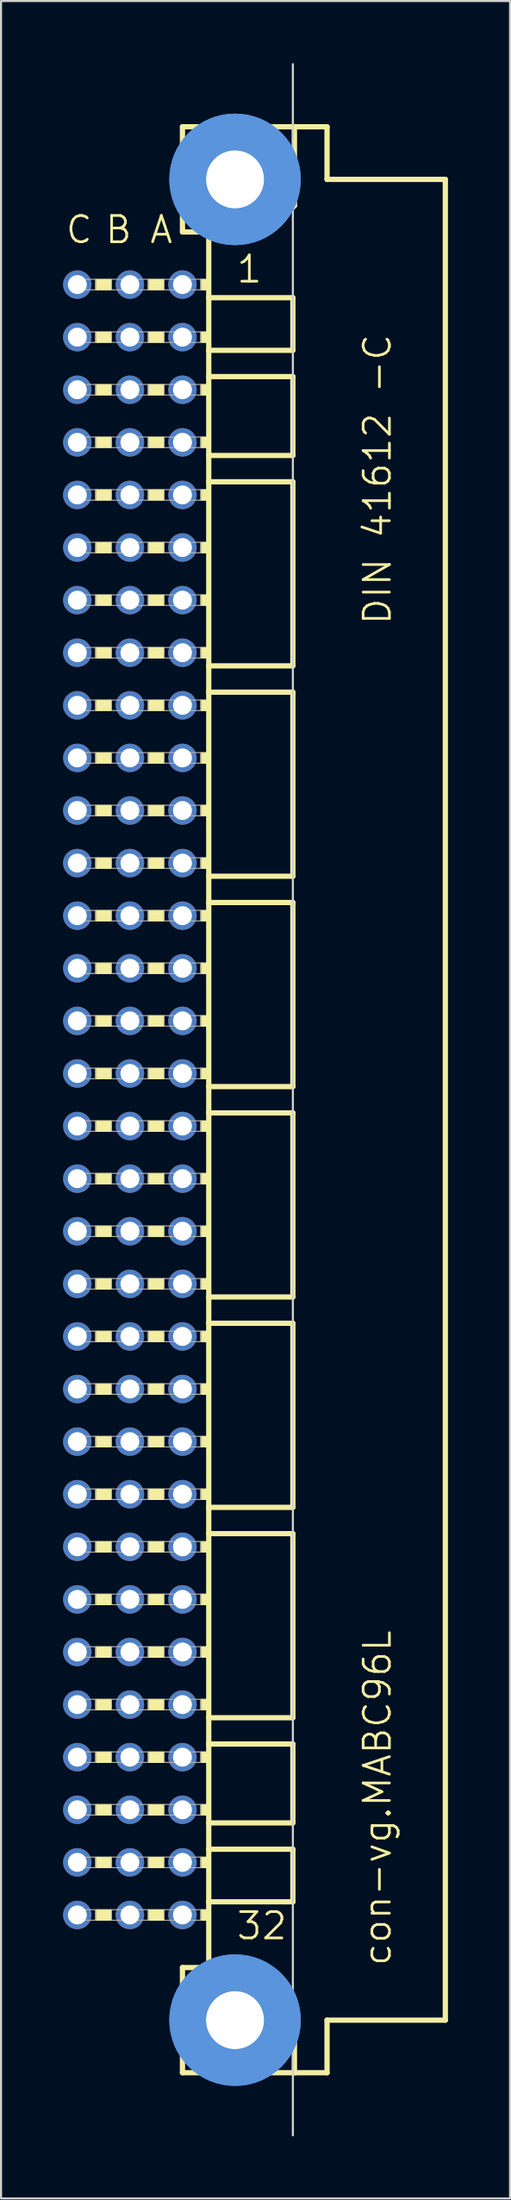
<source format=kicad_pcb>
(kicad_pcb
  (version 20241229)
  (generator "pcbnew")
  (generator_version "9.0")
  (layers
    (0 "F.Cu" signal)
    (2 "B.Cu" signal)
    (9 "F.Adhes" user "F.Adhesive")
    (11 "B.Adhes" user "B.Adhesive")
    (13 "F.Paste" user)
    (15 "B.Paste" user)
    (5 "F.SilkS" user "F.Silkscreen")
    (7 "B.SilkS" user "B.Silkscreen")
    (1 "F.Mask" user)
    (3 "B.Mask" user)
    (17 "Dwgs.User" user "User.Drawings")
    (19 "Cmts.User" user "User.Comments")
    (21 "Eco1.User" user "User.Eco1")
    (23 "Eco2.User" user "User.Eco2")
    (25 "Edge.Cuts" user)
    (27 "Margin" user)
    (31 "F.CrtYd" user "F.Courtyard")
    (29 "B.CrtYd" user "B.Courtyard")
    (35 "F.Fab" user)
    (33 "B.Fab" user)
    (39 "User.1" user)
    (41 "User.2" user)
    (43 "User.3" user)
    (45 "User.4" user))
  (footprint "con-vg.MABC96L"
    (layer "F.Cu")
    (at 8.306 50.063)
    (property "Reference" "con-vg.MABC96L" (at 7.62 41.91 90) (layer "F.SilkS") (effects (font (size 1.27 1.27) (thickness 0.13)) (justify left bottom)))
    (attr through_hole)
    (fp_line (start -2.54 -46.99) (end -2.54 -41.91) (stroke (width 0.254) (type default)) (layer "F.SilkS"))
    (fp_line (start -2.54 -41.91) (end -1.27 -41.91) (stroke (width 0.254) (type default)) (layer "F.SilkS"))
    (fp_line (start -2.54 41.91) (end -2.54 46.99) (stroke (width 0.254) (type default)) (layer "F.SilkS"))
    (fp_line (start -2.54 41.91) (end -1.27 41.91) (stroke (width 0.254) (type default)) (layer "F.SilkS"))
    (fp_line (start -2.54 46.99) (end 2.87 46.99) (stroke (width 0.254) (type default)) (layer "F.SilkS"))
    (fp_line (start -1.27 -41.91) (end -1.27 -38.735) (stroke (width 0.254) (type default)) (layer "F.SilkS"))
    (fp_line (start -1.27 -41.91) (end 1.6 -41.91) (stroke (width 0.254) (type default)) (layer "F.SilkS"))
    (fp_line (start -1.27 -38.735) (end -1.27 -36.195) (stroke (width 0.254) (type default)) (layer "F.SilkS"))
    (fp_line (start -1.27 -36.195) (end -1.27 -34.925) (stroke (width 0.254) (type default)) (layer "F.SilkS"))
    (fp_line (start -1.27 -34.925) (end -1.27 -31.115) (stroke (width 0.254) (type default)) (layer "F.SilkS"))
    (fp_line (start -1.27 -31.115) (end -1.27 -29.845) (stroke (width 0.254) (type default)) (layer "F.SilkS"))
    (fp_line (start -1.27 -29.845) (end -1.27 -20.955) (stroke (width 0.254) (type default)) (layer "F.SilkS"))
    (fp_line (start -1.27 -20.955) (end -1.27 -19.685) (stroke (width 0.254) (type default)) (layer "F.SilkS"))
    (fp_line (start -1.27 -19.685) (end -1.27 -10.795) (stroke (width 0.254) (type default)) (layer "F.SilkS"))
    (fp_line (start -1.27 -10.795) (end -1.27 -9.525) (stroke (width 0.254) (type default)) (layer "F.SilkS"))
    (fp_line (start -1.27 -9.525) (end -1.27 -0.635) (stroke (width 0.254) (type default)) (layer "F.SilkS"))
    (fp_line (start -1.27 -0.635) (end -1.27 0.635) (stroke (width 0.254) (type default)) (layer "F.SilkS"))
    (fp_line (start -1.27 0.635) (end -1.27 9.525) (stroke (width 0.254) (type default)) (layer "F.SilkS"))
    (fp_line (start -1.27 9.525) (end -1.27 10.795) (stroke (width 0.254) (type default)) (layer "F.SilkS"))
    (fp_line (start -1.27 10.795) (end -1.27 19.685) (stroke (width 0.254) (type default)) (layer "F.SilkS"))
    (fp_line (start -1.27 19.685) (end -1.27 20.955) (stroke (width 0.254) (type default)) (layer "F.SilkS"))
    (fp_line (start -1.27 20.955) (end -1.27 29.845) (stroke (width 0.254) (type default)) (layer "F.SilkS"))
    (fp_line (start -1.27 29.845) (end -1.27 31.115) (stroke (width 0.254) (type default)) (layer "F.SilkS"))
    (fp_line (start -1.27 31.115) (end -1.27 34.925) (stroke (width 0.254) (type default)) (layer "F.SilkS"))
    (fp_line (start -1.27 34.925) (end -1.27 36.195) (stroke (width 0.254) (type default)) (layer "F.SilkS"))
    (fp_line (start -1.27 36.195) (end -1.27 38.735) (stroke (width 0.254) (type default)) (layer "F.SilkS"))
    (fp_line (start -1.27 38.735) (end -1.27 41.91) (stroke (width 0.254) (type default)) (layer "F.SilkS"))
    (fp_line (start -1.27 41.91) (end 1.27 41.91) (stroke (width 0.254) (type default)) (layer "F.SilkS"))
    (fp_line (start 1.6 -41.91) (end 2.87 -43.18) (stroke (width 0.254) (type default)) (layer "F.SilkS"))
    (fp_line (start 2.794 -38.735) (end -1.27 -38.735) (stroke (width 0.254) (type default)) (layer "F.SilkS"))
    (fp_line (start 2.794 -38.735) (end 2.794 -36.195) (stroke (width 0.254) (type default)) (layer "F.SilkS"))
    (fp_line (start 2.794 -36.195) (end -1.27 -36.195) (stroke (width 0.254) (type default)) (layer "F.SilkS"))
    (fp_line (start 2.794 -34.925) (end -1.27 -34.925) (stroke (width 0.254) (type default)) (layer "F.SilkS"))
    (fp_line (start 2.794 -34.925) (end 2.794 -31.115) (stroke (width 0.254) (type default)) (layer "F.SilkS"))
    (fp_line (start 2.794 -31.115) (end -1.27 -31.115) (stroke (width 0.254) (type default)) (layer "F.SilkS"))
    (fp_line (start 2.794 -29.845) (end -1.27 -29.845) (stroke (width 0.254) (type default)) (layer "F.SilkS"))
    (fp_line (start 2.794 -29.845) (end 2.794 -20.955) (stroke (width 0.254) (type default)) (layer "F.SilkS"))
    (fp_line (start 2.794 -20.955) (end -1.27 -20.955) (stroke (width 0.254) (type default)) (layer "F.SilkS"))
    (fp_line (start 2.794 -19.685) (end -1.27 -19.685) (stroke (width 0.254) (type default)) (layer "F.SilkS"))
    (fp_line (start 2.794 -19.685) (end 2.794 -10.795) (stroke (width 0.254) (type default)) (layer "F.SilkS"))
    (fp_line (start 2.794 -10.795) (end -1.27 -10.795) (stroke (width 0.254) (type default)) (layer "F.SilkS"))
    (fp_line (start 2.794 -9.525) (end -1.27 -9.525) (stroke (width 0.254) (type default)) (layer "F.SilkS"))
    (fp_line (start 2.794 -9.525) (end 2.794 -0.635) (stroke (width 0.254) (type default)) (layer "F.SilkS"))
    (fp_line (start 2.794 -0.635) (end -1.27 -0.635) (stroke (width 0.254) (type default)) (layer "F.SilkS"))
    (fp_line (start 2.794 0.635) (end -1.27 0.635) (stroke (width 0.254) (type default)) (layer "F.SilkS"))
    (fp_line (start 2.794 0.635) (end 2.794 9.525) (stroke (width 0.254) (type default)) (layer "F.SilkS"))
    (fp_line (start 2.794 9.525) (end -1.27 9.525) (stroke (width 0.254) (type default)) (layer "F.SilkS"))
    (fp_line (start 2.794 10.795) (end -1.27 10.795) (stroke (width 0.254) (type default)) (layer "F.SilkS"))
    (fp_line (start 2.794 10.795) (end 2.794 19.685) (stroke (width 0.254) (type default)) (layer "F.SilkS"))
    (fp_line (start 2.794 19.685) (end -1.27 19.685) (stroke (width 0.254) (type default)) (layer "F.SilkS"))
    (fp_line (start 2.794 20.955) (end -1.27 20.955) (stroke (width 0.254) (type default)) (layer "F.SilkS"))
    (fp_line (start 2.794 20.955) (end 2.794 29.845) (stroke (width 0.254) (type default)) (layer "F.SilkS"))
    (fp_line (start 2.794 29.845) (end -1.27 29.845) (stroke (width 0.254) (type default)) (layer "F.SilkS"))
    (fp_line (start 2.794 31.115) (end -1.27 31.115) (stroke (width 0.254) (type default)) (layer "F.SilkS"))
    (fp_line (start 2.794 31.115) (end 2.794 34.925) (stroke (width 0.254) (type default)) (layer "F.SilkS"))
    (fp_line (start 2.794 34.925) (end -1.27 34.925) (stroke (width 0.254) (type default)) (layer "F.SilkS"))
    (fp_line (start 2.794 36.195) (end -1.27 36.195) (stroke (width 0.254) (type default)) (layer "F.SilkS"))
    (fp_line (start 2.794 36.195) (end 2.794 38.735) (stroke (width 0.254) (type default)) (layer "F.SilkS"))
    (fp_line (start 2.794 38.735) (end -1.27 38.735) (stroke (width 0.254) (type default)) (layer "F.SilkS"))
    (fp_line (start 2.87 -46.99) (end -2.54 -46.99) (stroke (width 0.254) (type default)) (layer "F.SilkS"))
    (fp_line (start 2.87 -43.18) (end 2.87 -46.99) (stroke (width 0.254) (type default)) (layer "F.SilkS"))
    (fp_line (start 2.87 43.51) (end 1.27 41.91) (stroke (width 0.254) (type default)) (layer "F.SilkS"))
    (fp_line (start 2.87 43.51) (end 2.87 46.99) (stroke (width 0.254) (type default)) (layer "F.SilkS"))
    (fp_line (start 2.87 46.99) (end 4.445 46.99) (stroke (width 0.254) (type default)) (layer "F.SilkS"))
    (fp_line (start 4.445 -46.99) (end 2.87 -46.99) (stroke (width 0.254) (type default)) (layer "F.SilkS"))
    (fp_line (start 4.445 -44.45) (end 4.445 -46.99) (stroke (width 0.254) (type default)) (layer "F.SilkS"))
    (fp_line (start 4.445 44.45) (end 10.16 44.45) (stroke (width 0.254) (type default)) (layer "F.SilkS"))
    (fp_line (start 4.445 46.99) (end 4.445 44.45) (stroke (width 0.254) (type default)) (layer "F.SilkS"))
    (fp_line (start 10.16 -44.45) (end 4.445 -44.45) (stroke (width 0.254) (type default)) (layer "F.SilkS"))
    (fp_line (start 10.16 44.45) (end 10.16 -44.45) (stroke (width 0.254) (type default)) (layer "F.SilkS"))
    (fp_rect (start -6.731 -39.116) (end -5.969 -39.624) (stroke (width 0.05) (type default)) (fill yes) (layer "F.SilkS"))
    (fp_rect (start -6.731 -36.576) (end -5.969 -37.084) (stroke (width 0.05) (type default)) (fill yes) (layer "F.SilkS"))
    (fp_rect (start -6.731 -34.036) (end -5.969 -34.544) (stroke (width 0.05) (type default)) (fill yes) (layer "F.SilkS"))
    (fp_rect (start -6.731 -31.496) (end -5.969 -32.004) (stroke (width 0.05) (type default)) (fill yes) (layer "F.SilkS"))
    (fp_rect (start -6.731 -28.956) (end -5.969 -29.464) (stroke (width 0.05) (type default)) (fill yes) (layer "F.SilkS"))
    (fp_rect (start -6.731 -26.416) (end -5.969 -26.924) (stroke (width 0.05) (type default)) (fill yes) (layer "F.SilkS"))
    (fp_rect (start -6.731 -23.876) (end -5.969 -24.384) (stroke (width 0.05) (type default)) (fill yes) (layer "F.SilkS"))
    (fp_rect (start -6.731 -21.336) (end -5.969 -21.844) (stroke (width 0.05) (type default)) (fill yes) (layer "F.SilkS"))
    (fp_rect (start -6.731 -18.796) (end -5.969 -19.304) (stroke (width 0.05) (type default)) (fill yes) (layer "F.SilkS"))
    (fp_rect (start -6.731 -16.256) (end -5.969 -16.764) (stroke (width 0.05) (type default)) (fill yes) (layer "F.SilkS"))
    (fp_rect (start -6.731 -13.716) (end -5.969 -14.224) (stroke (width 0.05) (type default)) (fill yes) (layer "F.SilkS"))
    (fp_rect (start -6.731 -11.176) (end -5.969 -11.684) (stroke (width 0.05) (type default)) (fill yes) (layer "F.SilkS"))
    (fp_rect (start -6.731 -8.636) (end -5.969 -9.144) (stroke (width 0.05) (type default)) (fill yes) (layer "F.SilkS"))
    (fp_rect (start -6.731 -6.096) (end -5.969 -6.604) (stroke (width 0.05) (type default)) (fill yes) (layer "F.SilkS"))
    (fp_rect (start -6.731 -3.556) (end -5.969 -4.064) (stroke (width 0.05) (type default)) (fill yes) (layer "F.SilkS"))
    (fp_rect (start -6.731 -1.016) (end -5.969 -1.524) (stroke (width 0.05) (type default)) (fill yes) (layer "F.SilkS"))
    (fp_rect (start -6.731 1.524) (end -5.969 1.016) (stroke (width 0.05) (type default)) (fill yes) (layer "F.SilkS"))
    (fp_rect (start -6.731 4.064) (end -5.969 3.556) (stroke (width 0.05) (type default)) (fill yes) (layer "F.SilkS"))
    (fp_rect (start -6.731 6.604) (end -5.969 6.096) (stroke (width 0.05) (type default)) (fill yes) (layer "F.SilkS"))
    (fp_rect (start -6.731 9.144) (end -5.969 8.636) (stroke (width 0.05) (type default)) (fill yes) (layer "F.SilkS"))
    (fp_rect (start -6.731 11.684) (end -5.969 11.176) (stroke (width 0.05) (type default)) (fill yes) (layer "F.SilkS"))
    (fp_rect (start -6.731 14.224) (end -5.969 13.716) (stroke (width 0.05) (type default)) (fill yes) (layer "F.SilkS"))
    (fp_rect (start -6.731 16.764) (end -5.969 16.256) (stroke (width 0.05) (type default)) (fill yes) (layer "F.SilkS"))
    (fp_rect (start -6.731 19.304) (end -5.969 18.796) (stroke (width 0.05) (type default)) (fill yes) (layer "F.SilkS"))
    (fp_rect (start -6.731 21.844) (end -5.969 21.336) (stroke (width 0.05) (type default)) (fill yes) (layer "F.SilkS"))
    (fp_rect (start -6.731 24.384) (end -5.969 23.876) (stroke (width 0.05) (type default)) (fill yes) (layer "F.SilkS"))
    (fp_rect (start -6.731 26.924) (end -5.969 26.416) (stroke (width 0.05) (type default)) (fill yes) (layer "F.SilkS"))
    (fp_rect (start -6.731 29.464) (end -5.969 28.956) (stroke (width 0.05) (type default)) (fill yes) (layer "F.SilkS"))
    (fp_rect (start -6.731 32.004) (end -5.969 31.496) (stroke (width 0.05) (type default)) (fill yes) (layer "F.SilkS"))
    (fp_rect (start -6.731 34.544) (end -5.969 34.036) (stroke (width 0.05) (type default)) (fill yes) (layer "F.SilkS"))
    (fp_rect (start -6.731 37.084) (end -5.969 36.576) (stroke (width 0.05) (type default)) (fill yes) (layer "F.SilkS"))
    (fp_rect (start -6.731 39.624) (end -5.969 39.116) (stroke (width 0.05) (type default)) (fill yes) (layer "F.SilkS"))
    (fp_rect (start -4.191 -39.116) (end -3.429 -39.624) (stroke (width 0.05) (type default)) (fill yes) (layer "F.SilkS"))
    (fp_rect (start -4.191 -36.576) (end -3.429 -37.084) (stroke (width 0.05) (type default)) (fill yes) (layer "F.SilkS"))
    (fp_rect (start -4.191 -34.036) (end -3.429 -34.544) (stroke (width 0.05) (type default)) (fill yes) (layer "F.SilkS"))
    (fp_rect (start -4.191 -31.496) (end -3.429 -32.004) (stroke (width 0.05) (type default)) (fill yes) (layer "F.SilkS"))
    (fp_rect (start -4.191 -28.956) (end -3.429 -29.464) (stroke (width 0.05) (type default)) (fill yes) (layer "F.SilkS"))
    (fp_rect (start -4.191 -26.416) (end -3.429 -26.924) (stroke (width 0.05) (type default)) (fill yes) (layer "F.SilkS"))
    (fp_rect (start -4.191 -23.876) (end -3.429 -24.384) (stroke (width 0.05) (type default)) (fill yes) (layer "F.SilkS"))
    (fp_rect (start -4.191 -21.336) (end -3.429 -21.844) (stroke (width 0.05) (type default)) (fill yes) (layer "F.SilkS"))
    (fp_rect (start -4.191 -18.796) (end -3.429 -19.304) (stroke (width 0.05) (type default)) (fill yes) (layer "F.SilkS"))
    (fp_rect (start -4.191 -16.256) (end -3.429 -16.764) (stroke (width 0.05) (type default)) (fill yes) (layer "F.SilkS"))
    (fp_rect (start -4.191 -13.716) (end -3.429 -14.224) (stroke (width 0.05) (type default)) (fill yes) (layer "F.SilkS"))
    (fp_rect (start -4.191 -11.176) (end -3.429 -11.684) (stroke (width 0.05) (type default)) (fill yes) (layer "F.SilkS"))
    (fp_rect (start -4.191 -8.636) (end -3.429 -9.144) (stroke (width 0.05) (type default)) (fill yes) (layer "F.SilkS"))
    (fp_rect (start -4.191 -6.096) (end -3.429 -6.604) (stroke (width 0.05) (type default)) (fill yes) (layer "F.SilkS"))
    (fp_rect (start -4.191 -3.556) (end -3.429 -4.064) (stroke (width 0.05) (type default)) (fill yes) (layer "F.SilkS"))
    (fp_rect (start -4.191 -1.016) (end -3.429 -1.524) (stroke (width 0.05) (type default)) (fill yes) (layer "F.SilkS"))
    (fp_rect (start -4.191 1.524) (end -3.429 1.016) (stroke (width 0.05) (type default)) (fill yes) (layer "F.SilkS"))
    (fp_rect (start -4.191 4.064) (end -3.429 3.556) (stroke (width 0.05) (type default)) (fill yes) (layer "F.SilkS"))
    (fp_rect (start -4.191 6.604) (end -3.429 6.096) (stroke (width 0.05) (type default)) (fill yes) (layer "F.SilkS"))
    (fp_rect (start -4.191 9.144) (end -3.429 8.636) (stroke (width 0.05) (type default)) (fill yes) (layer "F.SilkS"))
    (fp_rect (start -4.191 11.684) (end -3.429 11.176) (stroke (width 0.05) (type default)) (fill yes) (layer "F.SilkS"))
    (fp_rect (start -4.191 14.224) (end -3.429 13.716) (stroke (width 0.05) (type default)) (fill yes) (layer "F.SilkS"))
    (fp_rect (start -4.191 16.764) (end -3.429 16.256) (stroke (width 0.05) (type default)) (fill yes) (layer "F.SilkS"))
    (fp_rect (start -4.191 19.304) (end -3.429 18.796) (stroke (width 0.05) (type default)) (fill yes) (layer "F.SilkS"))
    (fp_rect (start -4.191 21.844) (end -3.429 21.336) (stroke (width 0.05) (type default)) (fill yes) (layer "F.SilkS"))
    (fp_rect (start -4.191 24.384) (end -3.429 23.876) (stroke (width 0.05) (type default)) (fill yes) (layer "F.SilkS"))
    (fp_rect (start -4.191 26.924) (end -3.429 26.416) (stroke (width 0.05) (type default)) (fill yes) (layer "F.SilkS"))
    (fp_rect (start -4.191 29.464) (end -3.429 28.956) (stroke (width 0.05) (type default)) (fill yes) (layer "F.SilkS"))
    (fp_rect (start -4.191 32.004) (end -3.429 31.496) (stroke (width 0.05) (type default)) (fill yes) (layer "F.SilkS"))
    (fp_rect (start -4.191 34.544) (end -3.429 34.036) (stroke (width 0.05) (type default)) (fill yes) (layer "F.SilkS"))
    (fp_rect (start -4.191 37.084) (end -3.429 36.576) (stroke (width 0.05) (type default)) (fill yes) (layer "F.SilkS"))
    (fp_rect (start -4.191 39.624) (end -3.429 39.116) (stroke (width 0.05) (type default)) (fill yes) (layer "F.SilkS"))
    (fp_rect (start -1.651 -39.116) (end -1.27 -39.624) (stroke (width 0.05) (type default)) (fill yes) (layer "F.SilkS"))
    (fp_rect (start -1.651 -36.576) (end -1.27 -37.084) (stroke (width 0.05) (type default)) (fill yes) (layer "F.SilkS"))
    (fp_rect (start -1.651 -34.036) (end -1.27 -34.544) (stroke (width 0.05) (type default)) (fill yes) (layer "F.SilkS"))
    (fp_rect (start -1.651 -31.496) (end -1.27 -32.004) (stroke (width 0.05) (type default)) (fill yes) (layer "F.SilkS"))
    (fp_rect (start -1.651 -28.956) (end -1.27 -29.464) (stroke (width 0.05) (type default)) (fill yes) (layer "F.SilkS"))
    (fp_rect (start -1.651 -26.416) (end -1.27 -26.924) (stroke (width 0.05) (type default)) (fill yes) (layer "F.SilkS"))
    (fp_rect (start -1.651 -23.876) (end -1.27 -24.384) (stroke (width 0.05) (type default)) (fill yes) (layer "F.SilkS"))
    (fp_rect (start -1.651 -21.336) (end -1.27 -21.844) (stroke (width 0.05) (type default)) (fill yes) (layer "F.SilkS"))
    (fp_rect (start -1.651 -18.796) (end -1.27 -19.304) (stroke (width 0.05) (type default)) (fill yes) (layer "F.SilkS"))
    (fp_rect (start -1.651 -16.256) (end -1.27 -16.764) (stroke (width 0.05) (type default)) (fill yes) (layer "F.SilkS"))
    (fp_rect (start -1.651 -13.716) (end -1.27 -14.224) (stroke (width 0.05) (type default)) (fill yes) (layer "F.SilkS"))
    (fp_rect (start -1.651 -11.176) (end -1.27 -11.684) (stroke (width 0.05) (type default)) (fill yes) (layer "F.SilkS"))
    (fp_rect (start -1.651 -8.636) (end -1.27 -9.144) (stroke (width 0.05) (type default)) (fill yes) (layer "F.SilkS"))
    (fp_rect (start -1.651 -6.096) (end -1.27 -6.604) (stroke (width 0.05) (type default)) (fill yes) (layer "F.SilkS"))
    (fp_rect (start -1.651 -3.556) (end -1.27 -4.064) (stroke (width 0.05) (type default)) (fill yes) (layer "F.SilkS"))
    (fp_rect (start -1.651 -1.016) (end -1.27 -1.524) (stroke (width 0.05) (type default)) (fill yes) (layer "F.SilkS"))
    (fp_rect (start -1.651 1.524) (end -1.27 1.016) (stroke (width 0.05) (type default)) (fill yes) (layer "F.SilkS"))
    (fp_rect (start -1.651 4.064) (end -1.27 3.556) (stroke (width 0.05) (type default)) (fill yes) (layer "F.SilkS"))
    (fp_rect (start -1.651 6.604) (end -1.27 6.096) (stroke (width 0.05) (type default)) (fill yes) (layer "F.SilkS"))
    (fp_rect (start -1.651 9.144) (end -1.27 8.636) (stroke (width 0.05) (type default)) (fill yes) (layer "F.SilkS"))
    (fp_rect (start -1.651 11.684) (end -1.27 11.176) (stroke (width 0.05) (type default)) (fill yes) (layer "F.SilkS"))
    (fp_rect (start -1.651 14.224) (end -1.27 13.716) (stroke (width 0.05) (type default)) (fill yes) (layer "F.SilkS"))
    (fp_rect (start -1.651 16.764) (end -1.27 16.256) (stroke (width 0.05) (type default)) (fill yes) (layer "F.SilkS"))
    (fp_rect (start -1.651 19.304) (end -1.27 18.796) (stroke (width 0.05) (type default)) (fill yes) (layer "F.SilkS"))
    (fp_rect (start -1.651 21.844) (end -1.27 21.336) (stroke (width 0.05) (type default)) (fill yes) (layer "F.SilkS"))
    (fp_rect (start -1.651 24.384) (end -1.27 23.876) (stroke (width 0.05) (type default)) (fill yes) (layer "F.SilkS"))
    (fp_rect (start -1.651 26.924) (end -1.27 26.416) (stroke (width 0.05) (type default)) (fill yes) (layer "F.SilkS"))
    (fp_rect (start -1.651 29.464) (end -1.27 28.956) (stroke (width 0.05) (type default)) (fill yes) (layer "F.SilkS"))
    (fp_rect (start -1.651 32.004) (end -1.27 31.496) (stroke (width 0.05) (type default)) (fill yes) (layer "F.SilkS"))
    (fp_rect (start -1.651 34.544) (end -1.27 34.036) (stroke (width 0.05) (type default)) (fill yes) (layer "F.SilkS"))
    (fp_rect (start -1.651 37.084) (end -1.27 36.576) (stroke (width 0.05) (type default)) (fill yes) (layer "F.SilkS"))
    (fp_rect (start -1.651 39.624) (end -1.27 39.116) (stroke (width 0.05) (type default)) (fill yes) (layer "F.SilkS"))
    (fp_circle (center 0 -44.45) (end 1.27 -44.45) (stroke (width 0.254) (type default)) (fill no) (layer "F.SilkS"))
    (fp_circle (center 0 44.45) (end 1.27 44.45) (stroke (width 0.254) (type default)) (fill no) (layer "F.SilkS"))
    (fp_circle (center 0 -44.45) (end 2.286 -44.45) (stroke (width 1.778) (type default)) (fill no) (layer "Cmts.User"))
    (fp_circle (center 0 -44.45) (end 2.286 -44.45) (stroke (width 1.778) (type default)) (fill no) (layer "Cmts.User"))
    (fp_circle (center 0 44.45) (end 2.286 44.45) (stroke (width 1.778) (type default)) (fill no) (layer "Cmts.User"))
    (fp_circle (center 0 44.45) (end 2.286 44.45) (stroke (width 1.778) (type default)) (fill no) (layer "Cmts.User"))
    (fp_line (start 2.794 50.013) (end 2.794 -50.013) (stroke (width 0.1) (type default)) (layer "Edge.Cuts"))
    (fp_rect (start -7.874 -39.116) (end -6.731 -39.624) (stroke (width 0.05) (type default)) (fill no) (layer "F.Fab"))
    (fp_rect (start -7.874 -36.576) (end -6.731 -37.084) (stroke (width 0.05) (type default)) (fill no) (layer "F.Fab"))
    (fp_rect (start -7.874 -34.036) (end -6.731 -34.544) (stroke (width 0.05) (type default)) (fill no) (layer "F.Fab"))
    (fp_rect (start -7.874 -31.496) (end -6.731 -32.004) (stroke (width 0.05) (type default)) (fill no) (layer "F.Fab"))
    (fp_rect (start -7.874 -28.956) (end -6.731 -29.464) (stroke (width 0.05) (type default)) (fill no) (layer "F.Fab"))
    (fp_rect (start -7.874 -26.416) (end -6.731 -26.924) (stroke (width 0.05) (type default)) (fill no) (layer "F.Fab"))
    (fp_rect (start -7.874 -23.876) (end -6.731 -24.384) (stroke (width 0.05) (type default)) (fill no) (layer "F.Fab"))
    (fp_rect (start -7.874 -21.336) (end -6.731 -21.844) (stroke (width 0.05) (type default)) (fill no) (layer "F.Fab"))
    (fp_rect (start -7.874 -18.796) (end -6.731 -19.304) (stroke (width 0.05) (type default)) (fill no) (layer "F.Fab"))
    (fp_rect (start -7.874 -16.256) (end -6.731 -16.764) (stroke (width 0.05) (type default)) (fill no) (layer "F.Fab"))
    (fp_rect (start -7.874 -13.716) (end -6.731 -14.224) (stroke (width 0.05) (type default)) (fill no) (layer "F.Fab"))
    (fp_rect (start -7.874 -11.176) (end -6.731 -11.684) (stroke (width 0.05) (type default)) (fill no) (layer "F.Fab"))
    (fp_rect (start -7.874 -8.636) (end -6.731 -9.144) (stroke (width 0.05) (type default)) (fill no) (layer "F.Fab"))
    (fp_rect (start -7.874 -6.096) (end -6.731 -6.604) (stroke (width 0.05) (type default)) (fill no) (layer "F.Fab"))
    (fp_rect (start -7.874 -3.556) (end -6.731 -4.064) (stroke (width 0.05) (type default)) (fill no) (layer "F.Fab"))
    (fp_rect (start -7.874 -1.016) (end -6.731 -1.524) (stroke (width 0.05) (type default)) (fill no) (layer "F.Fab"))
    (fp_rect (start -7.874 1.524) (end -6.731 1.016) (stroke (width 0.05) (type default)) (fill no) (layer "F.Fab"))
    (fp_rect (start -7.874 4.064) (end -6.731 3.556) (stroke (width 0.05) (type default)) (fill no) (layer "F.Fab"))
    (fp_rect (start -7.874 6.604) (end -6.731 6.096) (stroke (width 0.05) (type default)) (fill no) (layer "F.Fab"))
    (fp_rect (start -7.874 9.144) (end -6.731 8.636) (stroke (width 0.05) (type default)) (fill no) (layer "F.Fab"))
    (fp_rect (start -7.874 11.684) (end -6.731 11.176) (stroke (width 0.05) (type default)) (fill no) (layer "F.Fab"))
    (fp_rect (start -7.874 14.224) (end -6.731 13.716) (stroke (width 0.05) (type default)) (fill no) (layer "F.Fab"))
    (fp_rect (start -7.874 16.764) (end -6.731 16.256) (stroke (width 0.05) (type default)) (fill no) (layer "F.Fab"))
    (fp_rect (start -7.874 19.304) (end -6.731 18.796) (stroke (width 0.05) (type default)) (fill no) (layer "F.Fab"))
    (fp_rect (start -7.874 21.844) (end -6.731 21.336) (stroke (width 0.05) (type default)) (fill no) (layer "F.Fab"))
    (fp_rect (start -7.874 24.384) (end -6.731 23.876) (stroke (width 0.05) (type default)) (fill no) (layer "F.Fab"))
    (fp_rect (start -7.874 26.924) (end -6.731 26.416) (stroke (width 0.05) (type default)) (fill no) (layer "F.Fab"))
    (fp_rect (start -7.874 29.464) (end -6.731 28.956) (stroke (width 0.05) (type default)) (fill no) (layer "F.Fab"))
    (fp_rect (start -7.874 32.004) (end -6.731 31.496) (stroke (width 0.05) (type default)) (fill no) (layer "F.Fab"))
    (fp_rect (start -7.874 34.544) (end -6.731 34.036) (stroke (width 0.05) (type default)) (fill no) (layer "F.Fab"))
    (fp_rect (start -7.874 37.084) (end -6.731 36.576) (stroke (width 0.05) (type default)) (fill no) (layer "F.Fab"))
    (fp_rect (start -7.874 39.624) (end -6.731 39.116) (stroke (width 0.05) (type default)) (fill no) (layer "F.Fab"))
    (fp_rect (start -5.969 -39.116) (end -4.191 -39.624) (stroke (width 0.05) (type default)) (fill no) (layer "F.Fab"))
    (fp_rect (start -5.969 -36.576) (end -4.191 -37.084) (stroke (width 0.05) (type default)) (fill no) (layer "F.Fab"))
    (fp_rect (start -5.969 -34.036) (end -4.191 -34.544) (stroke (width 0.05) (type default)) (fill no) (layer "F.Fab"))
    (fp_rect (start -5.969 -31.496) (end -4.191 -32.004) (stroke (width 0.05) (type default)) (fill no) (layer "F.Fab"))
    (fp_rect (start -5.969 -28.956) (end -4.191 -29.464) (stroke (width 0.05) (type default)) (fill no) (layer "F.Fab"))
    (fp_rect (start -5.969 -26.416) (end -4.191 -26.924) (stroke (width 0.05) (type default)) (fill no) (layer "F.Fab"))
    (fp_rect (start -5.969 -23.876) (end -4.191 -24.384) (stroke (width 0.05) (type default)) (fill no) (layer "F.Fab"))
    (fp_rect (start -5.969 -21.336) (end -4.191 -21.844) (stroke (width 0.05) (type default)) (fill no) (layer "F.Fab"))
    (fp_rect (start -5.969 -18.796) (end -4.191 -19.304) (stroke (width 0.05) (type default)) (fill no) (layer "F.Fab"))
    (fp_rect (start -5.969 -16.256) (end -4.191 -16.764) (stroke (width 0.05) (type default)) (fill no) (layer "F.Fab"))
    (fp_rect (start -5.969 -13.716) (end -4.191 -14.224) (stroke (width 0.05) (type default)) (fill no) (layer "F.Fab"))
    (fp_rect (start -5.969 -11.176) (end -4.191 -11.684) (stroke (width 0.05) (type default)) (fill no) (layer "F.Fab"))
    (fp_rect (start -5.969 -8.636) (end -4.191 -9.144) (stroke (width 0.05) (type default)) (fill no) (layer "F.Fab"))
    (fp_rect (start -5.969 -6.096) (end -4.191 -6.604) (stroke (width 0.05) (type default)) (fill no) (layer "F.Fab"))
    (fp_rect (start -5.969 -3.556) (end -4.191 -4.064) (stroke (width 0.05) (type default)) (fill no) (layer "F.Fab"))
    (fp_rect (start -5.969 -1.016) (end -4.191 -1.524) (stroke (width 0.05) (type default)) (fill no) (layer "F.Fab"))
    (fp_rect (start -5.969 1.524) (end -4.191 1.016) (stroke (width 0.05) (type default)) (fill no) (layer "F.Fab"))
    (fp_rect (start -5.969 4.064) (end -4.191 3.556) (stroke (width 0.05) (type default)) (fill no) (layer "F.Fab"))
    (fp_rect (start -5.969 6.604) (end -4.191 6.096) (stroke (width 0.05) (type default)) (fill no) (layer "F.Fab"))
    (fp_rect (start -5.969 9.144) (end -4.191 8.636) (stroke (width 0.05) (type default)) (fill no) (layer "F.Fab"))
    (fp_rect (start -5.969 11.684) (end -4.191 11.176) (stroke (width 0.05) (type default)) (fill no) (layer "F.Fab"))
    (fp_rect (start -5.969 14.224) (end -4.191 13.716) (stroke (width 0.05) (type default)) (fill no) (layer "F.Fab"))
    (fp_rect (start -5.969 16.764) (end -4.191 16.256) (stroke (width 0.05) (type default)) (fill no) (layer "F.Fab"))
    (fp_rect (start -5.969 19.304) (end -4.191 18.796) (stroke (width 0.05) (type default)) (fill no) (layer "F.Fab"))
    (fp_rect (start -5.969 21.844) (end -4.191 21.336) (stroke (width 0.05) (type default)) (fill no) (layer "F.Fab"))
    (fp_rect (start -5.969 24.384) (end -4.191 23.876) (stroke (width 0.05) (type default)) (fill no) (layer "F.Fab"))
    (fp_rect (start -5.969 26.924) (end -4.191 26.416) (stroke (width 0.05) (type default)) (fill no) (layer "F.Fab"))
    (fp_rect (start -5.969 29.464) (end -4.191 28.956) (stroke (width 0.05) (type default)) (fill no) (layer "F.Fab"))
    (fp_rect (start -5.969 32.004) (end -4.191 31.496) (stroke (width 0.05) (type default)) (fill no) (layer "F.Fab"))
    (fp_rect (start -5.969 34.544) (end -4.191 34.036) (stroke (width 0.05) (type default)) (fill no) (layer "F.Fab"))
    (fp_rect (start -5.969 37.084) (end -4.191 36.576) (stroke (width 0.05) (type default)) (fill no) (layer "F.Fab"))
    (fp_rect (start -5.969 39.624) (end -4.191 39.116) (stroke (width 0.05) (type default)) (fill no) (layer "F.Fab"))
    (fp_rect (start -3.429 -39.116) (end -1.651 -39.624) (stroke (width 0.05) (type default)) (fill no) (layer "F.Fab"))
    (fp_rect (start -3.429 -36.576) (end -1.651 -37.084) (stroke (width 0.05) (type default)) (fill no) (layer "F.Fab"))
    (fp_rect (start -3.429 -34.036) (end -1.651 -34.544) (stroke (width 0.05) (type default)) (fill no) (layer "F.Fab"))
    (fp_rect (start -3.429 -31.496) (end -1.651 -32.004) (stroke (width 0.05) (type default)) (fill no) (layer "F.Fab"))
    (fp_rect (start -3.429 -28.956) (end -1.651 -29.464) (stroke (width 0.05) (type default)) (fill no) (layer "F.Fab"))
    (fp_rect (start -3.429 -26.416) (end -1.651 -26.924) (stroke (width 0.05) (type default)) (fill no) (layer "F.Fab"))
    (fp_rect (start -3.429 -23.876) (end -1.651 -24.384) (stroke (width 0.05) (type default)) (fill no) (layer "F.Fab"))
    (fp_rect (start -3.429 -21.336) (end -1.651 -21.844) (stroke (width 0.05) (type default)) (fill no) (layer "F.Fab"))
    (fp_rect (start -3.429 -18.796) (end -1.651 -19.304) (stroke (width 0.05) (type default)) (fill no) (layer "F.Fab"))
    (fp_rect (start -3.429 -16.256) (end -1.651 -16.764) (stroke (width 0.05) (type default)) (fill no) (layer "F.Fab"))
    (fp_rect (start -3.429 -13.716) (end -1.651 -14.224) (stroke (width 0.05) (type default)) (fill no) (layer "F.Fab"))
    (fp_rect (start -3.429 -11.176) (end -1.651 -11.684) (stroke (width 0.05) (type default)) (fill no) (layer "F.Fab"))
    (fp_rect (start -3.429 -8.636) (end -1.651 -9.144) (stroke (width 0.05) (type default)) (fill no) (layer "F.Fab"))
    (fp_rect (start -3.429 -6.096) (end -1.651 -6.604) (stroke (width 0.05) (type default)) (fill no) (layer "F.Fab"))
    (fp_rect (start -3.429 -3.556) (end -1.651 -4.064) (stroke (width 0.05) (type default)) (fill no) (layer "F.Fab"))
    (fp_rect (start -3.429 -1.016) (end -1.651 -1.524) (stroke (width 0.05) (type default)) (fill no) (layer "F.Fab"))
    (fp_rect (start -3.429 1.524) (end -1.651 1.016) (stroke (width 0.05) (type default)) (fill no) (layer "F.Fab"))
    (fp_rect (start -3.429 4.064) (end -1.651 3.556) (stroke (width 0.05) (type default)) (fill no) (layer "F.Fab"))
    (fp_rect (start -3.429 6.604) (end -1.651 6.096) (stroke (width 0.05) (type default)) (fill no) (layer "F.Fab"))
    (fp_rect (start -3.429 9.144) (end -1.651 8.636) (stroke (width 0.05) (type default)) (fill no) (layer "F.Fab"))
    (fp_rect (start -3.429 11.684) (end -1.651 11.176) (stroke (width 0.05) (type default)) (fill no) (layer "F.Fab"))
    (fp_rect (start -3.429 14.224) (end -1.651 13.716) (stroke (width 0.05) (type default)) (fill no) (layer "F.Fab"))
    (fp_rect (start -3.429 16.764) (end -1.651 16.256) (stroke (width 0.05) (type default)) (fill no) (layer "F.Fab"))
    (fp_rect (start -3.429 19.304) (end -1.651 18.796) (stroke (width 0.05) (type default)) (fill no) (layer "F.Fab"))
    (fp_rect (start -3.429 21.844) (end -1.651 21.336) (stroke (width 0.05) (type default)) (fill no) (layer "F.Fab"))
    (fp_rect (start -3.429 24.384) (end -1.651 23.876) (stroke (width 0.05) (type default)) (fill no) (layer "F.Fab"))
    (fp_rect (start -3.429 26.924) (end -1.651 26.416) (stroke (width 0.05) (type default)) (fill no) (layer "F.Fab"))
    (fp_rect (start -3.429 29.464) (end -1.651 28.956) (stroke (width 0.05) (type default)) (fill no) (layer "F.Fab"))
    (fp_rect (start -3.429 32.004) (end -1.651 31.496) (stroke (width 0.05) (type default)) (fill no) (layer "F.Fab"))
    (fp_rect (start -3.429 34.544) (end -1.651 34.036) (stroke (width 0.05) (type default)) (fill no) (layer "F.Fab"))
    (fp_rect (start -3.429 37.084) (end -1.651 36.576) (stroke (width 0.05) (type default)) (fill no) (layer "F.Fab"))
    (fp_rect (start -3.429 39.624) (end -1.651 39.116) (stroke (width 0.05) (type default)) (fill no) (layer "F.Fab"))
    (fp_text user "DIN 41612 -C" (at 7.62 -22.86 90) (layer "F.SilkS") (effects (font (size 1.27 1.27) (thickness 0.13)) (justify left bottom)))
    (fp_text user "B" (at -6.35 -41.275 0) (layer "F.SilkS") (effects (font (size 1.27 1.27) (thickness 0.13)) (justify left bottom)))
    (fp_text user "1" (at 0 -39.37 0) (layer "F.SilkS") (effects (font (size 1.27 1.27) (thickness 0.13)) (justify left bottom)))
    (fp_text user "C" (at -8.255 -41.275 0) (layer "F.SilkS") (effects (font (size 1.27 1.27) (thickness 0.13)) (justify left bottom)))
    (fp_text user "A" (at -4.191 -41.275 0) (layer "F.SilkS") (effects (font (size 1.27 1.27) (thickness 0.13)) (justify left bottom)))
    (fp_text user "32" (at 0 40.64 0) (layer "F.SilkS") (effects (font (size 1.27 1.27) (thickness 0.13)) (justify left bottom)))
    (pad "" np_thru_hole circle (at 0 -44.45) (size 2.794 2.794) (drill 2.794) (layers "*.Cu" "*.Mask"))
    (pad "" np_thru_hole circle (at 0 44.45) (size 2.794 2.794) (drill 2.794) (layers "*.Cu" "*.Mask"))
    (pad "A1" thru_hole circle (at -2.54 -39.37) (size 1.372 1.372) (drill 0.914) (layers "*.Cu" "*.Mask"))
    (pad "A2" thru_hole circle (at -2.54 -36.83) (size 1.372 1.372) (drill 0.914) (layers "*.Cu" "*.Mask"))
    (pad "A3" thru_hole circle (at -2.54 -34.29) (size 1.372 1.372) (drill 0.914) (layers "*.Cu" "*.Mask"))
    (pad "A4" thru_hole circle (at -2.54 -31.75) (size 1.372 1.372) (drill 0.914) (layers "*.Cu" "*.Mask"))
    (pad "A5" thru_hole circle (at -2.54 -29.21) (size 1.372 1.372) (drill 0.914) (layers "*.Cu" "*.Mask"))
    (pad "A6" thru_hole circle (at -2.54 -26.67) (size 1.372 1.372) (drill 0.914) (layers "*.Cu" "*.Mask"))
    (pad "A7" thru_hole circle (at -2.54 -24.13) (size 1.372 1.372) (drill 0.914) (layers "*.Cu" "*.Mask"))
    (pad "A8" thru_hole circle (at -2.54 -21.59) (size 1.372 1.372) (drill 0.914) (layers "*.Cu" "*.Mask"))
    (pad "A9" thru_hole circle (at -2.54 -19.05) (size 1.372 1.372) (drill 0.914) (layers "*.Cu" "*.Mask"))
    (pad "A10" thru_hole circle (at -2.54 -16.51) (size 1.372 1.372) (drill 0.914) (layers "*.Cu" "*.Mask"))
    (pad "A11" thru_hole circle (at -2.54 -13.97) (size 1.372 1.372) (drill 0.914) (layers "*.Cu" "*.Mask"))
    (pad "A12" thru_hole circle (at -2.54 -11.43) (size 1.372 1.372) (drill 0.914) (layers "*.Cu" "*.Mask"))
    (pad "A13" thru_hole circle (at -2.54 -8.89) (size 1.372 1.372) (drill 0.914) (layers "*.Cu" "*.Mask"))
    (pad "A14" thru_hole circle (at -2.54 -6.35) (size 1.372 1.372) (drill 0.914) (layers "*.Cu" "*.Mask"))
    (pad "A15" thru_hole circle (at -2.54 -3.81) (size 1.372 1.372) (drill 0.914) (layers "*.Cu" "*.Mask"))
    (pad "A16" thru_hole circle (at -2.54 -1.27) (size 1.372 1.372) (drill 0.914) (layers "*.Cu" "*.Mask"))
    (pad "A17" thru_hole circle (at -2.54 1.27) (size 1.372 1.372) (drill 0.914) (layers "*.Cu" "*.Mask"))
    (pad "A18" thru_hole circle (at -2.54 3.81) (size 1.372 1.372) (drill 0.914) (layers "*.Cu" "*.Mask"))
    (pad "A19" thru_hole circle (at -2.54 6.35) (size 1.372 1.372) (drill 0.914) (layers "*.Cu" "*.Mask"))
    (pad "A20" thru_hole circle (at -2.54 8.89) (size 1.372 1.372) (drill 0.914) (layers "*.Cu" "*.Mask"))
    (pad "A21" thru_hole circle (at -2.54 11.43) (size 1.372 1.372) (drill 0.914) (layers "*.Cu" "*.Mask"))
    (pad "A22" thru_hole circle (at -2.54 13.97) (size 1.372 1.372) (drill 0.914) (layers "*.Cu" "*.Mask"))
    (pad "A23" thru_hole circle (at -2.54 16.51) (size 1.372 1.372) (drill 0.914) (layers "*.Cu" "*.Mask"))
    (pad "A24" thru_hole circle (at -2.54 19.05) (size 1.372 1.372) (drill 0.914) (layers "*.Cu" "*.Mask"))
    (pad "A25" thru_hole circle (at -2.54 21.59) (size 1.372 1.372) (drill 0.914) (layers "*.Cu" "*.Mask"))
    (pad "A26" thru_hole circle (at -2.54 24.13) (size 1.372 1.372) (drill 0.914) (layers "*.Cu" "*.Mask"))
    (pad "A27" thru_hole circle (at -2.54 26.67) (size 1.372 1.372) (drill 0.914) (layers "*.Cu" "*.Mask"))
    (pad "A28" thru_hole circle (at -2.54 29.21) (size 1.372 1.372) (drill 0.914) (layers "*.Cu" "*.Mask"))
    (pad "A29" thru_hole circle (at -2.54 31.75) (size 1.372 1.372) (drill 0.914) (layers "*.Cu" "*.Mask"))
    (pad "A30" thru_hole circle (at -2.54 34.29) (size 1.372 1.372) (drill 0.914) (layers "*.Cu" "*.Mask"))
    (pad "A31" thru_hole circle (at -2.54 36.83) (size 1.372 1.372) (drill 0.914) (layers "*.Cu" "*.Mask"))
    (pad "A32" thru_hole circle (at -2.54 39.37) (size 1.372 1.372) (drill 0.914) (layers "*.Cu" "*.Mask"))
    (pad "B1" thru_hole circle (at -5.08 -39.37) (size 1.372 1.372) (drill 0.914) (layers "*.Cu" "*.Mask"))
    (pad "B2" thru_hole circle (at -5.08 -36.83) (size 1.372 1.372) (drill 0.914) (layers "*.Cu" "*.Mask"))
    (pad "B3" thru_hole circle (at -5.08 -34.29) (size 1.372 1.372) (drill 0.914) (layers "*.Cu" "*.Mask"))
    (pad "B4" thru_hole circle (at -5.08 -31.75) (size 1.372 1.372) (drill 0.914) (layers "*.Cu" "*.Mask"))
    (pad "B5" thru_hole circle (at -5.08 -29.21) (size 1.372 1.372) (drill 0.914) (layers "*.Cu" "*.Mask"))
    (pad "B6" thru_hole circle (at -5.08 -26.67) (size 1.372 1.372) (drill 0.914) (layers "*.Cu" "*.Mask"))
    (pad "B7" thru_hole circle (at -5.08 -24.13) (size 1.372 1.372) (drill 0.914) (layers "*.Cu" "*.Mask"))
    (pad "B8" thru_hole circle (at -5.08 -21.59) (size 1.372 1.372) (drill 0.914) (layers "*.Cu" "*.Mask"))
    (pad "B9" thru_hole circle (at -5.08 -19.05) (size 1.372 1.372) (drill 0.914) (layers "*.Cu" "*.Mask"))
    (pad "B10" thru_hole circle (at -5.08 -16.51) (size 1.372 1.372) (drill 0.914) (layers "*.Cu" "*.Mask"))
    (pad "B11" thru_hole circle (at -5.08 -13.97) (size 1.372 1.372) (drill 0.914) (layers "*.Cu" "*.Mask"))
    (pad "B12" thru_hole circle (at -5.08 -11.43) (size 1.372 1.372) (drill 0.914) (layers "*.Cu" "*.Mask"))
    (pad "B13" thru_hole circle (at -5.08 -8.89) (size 1.372 1.372) (drill 0.914) (layers "*.Cu" "*.Mask"))
    (pad "B14" thru_hole circle (at -5.08 -6.35) (size 1.372 1.372) (drill 0.914) (layers "*.Cu" "*.Mask"))
    (pad "B15" thru_hole circle (at -5.08 -3.81) (size 1.372 1.372) (drill 0.914) (layers "*.Cu" "*.Mask"))
    (pad "B16" thru_hole circle (at -5.08 -1.27) (size 1.372 1.372) (drill 0.914) (layers "*.Cu" "*.Mask"))
    (pad "B17" thru_hole circle (at -5.08 1.27) (size 1.372 1.372) (drill 0.914) (layers "*.Cu" "*.Mask"))
    (pad "B18" thru_hole circle (at -5.08 3.81) (size 1.372 1.372) (drill 0.914) (layers "*.Cu" "*.Mask"))
    (pad "B19" thru_hole circle (at -5.08 6.35) (size 1.372 1.372) (drill 0.914) (layers "*.Cu" "*.Mask"))
    (pad "B20" thru_hole circle (at -5.08 8.89) (size 1.372 1.372) (drill 0.914) (layers "*.Cu" "*.Mask"))
    (pad "B21" thru_hole circle (at -5.08 11.43) (size 1.372 1.372) (drill 0.914) (layers "*.Cu" "*.Mask"))
    (pad "B22" thru_hole circle (at -5.08 13.97) (size 1.372 1.372) (drill 0.914) (layers "*.Cu" "*.Mask"))
    (pad "B23" thru_hole circle (at -5.08 16.51) (size 1.372 1.372) (drill 0.914) (layers "*.Cu" "*.Mask"))
    (pad "B24" thru_hole circle (at -5.08 19.05) (size 1.372 1.372) (drill 0.914) (layers "*.Cu" "*.Mask"))
    (pad "B25" thru_hole circle (at -5.08 21.59) (size 1.372 1.372) (drill 0.914) (layers "*.Cu" "*.Mask"))
    (pad "B26" thru_hole circle (at -5.08 24.13) (size 1.372 1.372) (drill 0.914) (layers "*.Cu" "*.Mask"))
    (pad "B27" thru_hole circle (at -5.08 26.67) (size 1.372 1.372) (drill 0.914) (layers "*.Cu" "*.Mask"))
    (pad "B28" thru_hole circle (at -5.08 29.21) (size 1.372 1.372) (drill 0.914) (layers "*.Cu" "*.Mask"))
    (pad "B29" thru_hole circle (at -5.08 31.75) (size 1.372 1.372) (drill 0.914) (layers "*.Cu" "*.Mask"))
    (pad "B30" thru_hole circle (at -5.08 34.29) (size 1.372 1.372) (drill 0.914) (layers "*.Cu" "*.Mask"))
    (pad "B31" thru_hole circle (at -5.08 36.83) (size 1.372 1.372) (drill 0.914) (layers "*.Cu" "*.Mask"))
    (pad "B32" thru_hole circle (at -5.08 39.37) (size 1.372 1.372) (drill 0.914) (layers "*.Cu" "*.Mask"))
    (pad "C1" thru_hole circle (at -7.62 -39.37) (size 1.372 1.372) (drill 0.914) (layers "*.Cu" "*.Mask"))
    (pad "C2" thru_hole circle (at -7.62 -36.83) (size 1.372 1.372) (drill 0.914) (layers "*.Cu" "*.Mask"))
    (pad "C3" thru_hole circle (at -7.62 -34.29) (size 1.372 1.372) (drill 0.914) (layers "*.Cu" "*.Mask"))
    (pad "C4" thru_hole circle (at -7.62 -31.75) (size 1.372 1.372) (drill 0.914) (layers "*.Cu" "*.Mask"))
    (pad "C5" thru_hole circle (at -7.62 -29.21) (size 1.372 1.372) (drill 0.914) (layers "*.Cu" "*.Mask"))
    (pad "C6" thru_hole circle (at -7.62 -26.67) (size 1.372 1.372) (drill 0.914) (layers "*.Cu" "*.Mask"))
    (pad "C7" thru_hole circle (at -7.62 -24.13) (size 1.372 1.372) (drill 0.914) (layers "*.Cu" "*.Mask"))
    (pad "C8" thru_hole circle (at -7.62 -21.59) (size 1.372 1.372) (drill 0.914) (layers "*.Cu" "*.Mask"))
    (pad "C9" thru_hole circle (at -7.62 -19.05) (size 1.372 1.372) (drill 0.914) (layers "*.Cu" "*.Mask"))
    (pad "C10" thru_hole circle (at -7.62 -16.51) (size 1.372 1.372) (drill 0.914) (layers "*.Cu" "*.Mask"))
    (pad "C11" thru_hole circle (at -7.62 -13.97) (size 1.372 1.372) (drill 0.914) (layers "*.Cu" "*.Mask"))
    (pad "C12" thru_hole circle (at -7.62 -11.43) (size 1.372 1.372) (drill 0.914) (layers "*.Cu" "*.Mask"))
    (pad "C13" thru_hole circle (at -7.62 -8.89) (size 1.372 1.372) (drill 0.914) (layers "*.Cu" "*.Mask"))
    (pad "C14" thru_hole circle (at -7.62 -6.35) (size 1.372 1.372) (drill 0.914) (layers "*.Cu" "*.Mask"))
    (pad "C15" thru_hole circle (at -7.62 -3.81) (size 1.372 1.372) (drill 0.914) (layers "*.Cu" "*.Mask"))
    (pad "C16" thru_hole circle (at -7.62 -1.27) (size 1.372 1.372) (drill 0.914) (layers "*.Cu" "*.Mask"))
    (pad "C17" thru_hole circle (at -7.62 1.27) (size 1.372 1.372) (drill 0.914) (layers "*.Cu" "*.Mask"))
    (pad "C18" thru_hole circle (at -7.62 3.81) (size 1.372 1.372) (drill 0.914) (layers "*.Cu" "*.Mask"))
    (pad "C19" thru_hole circle (at -7.62 6.35) (size 1.372 1.372) (drill 0.914) (layers "*.Cu" "*.Mask"))
    (pad "C20" thru_hole circle (at -7.62 8.89) (size 1.372 1.372) (drill 0.914) (layers "*.Cu" "*.Mask"))
    (pad "C21" thru_hole circle (at -7.62 11.43) (size 1.372 1.372) (drill 0.914) (layers "*.Cu" "*.Mask"))
    (pad "C22" thru_hole circle (at -7.62 13.97) (size 1.372 1.372) (drill 0.914) (layers "*.Cu" "*.Mask"))
    (pad "C23" thru_hole circle (at -7.62 16.51) (size 1.372 1.372) (drill 0.914) (layers "*.Cu" "*.Mask"))
    (pad "C24" thru_hole circle (at -7.62 19.05) (size 1.372 1.372) (drill 0.914) (layers "*.Cu" "*.Mask"))
    (pad "C25" thru_hole circle (at -7.62 21.59) (size 1.372 1.372) (drill 0.914) (layers "*.Cu" "*.Mask"))
    (pad "C26" thru_hole circle (at -7.62 24.13) (size 1.372 1.372) (drill 0.914) (layers "*.Cu" "*.Mask"))
    (pad "C27" thru_hole circle (at -7.62 26.67) (size 1.372 1.372) (drill 0.914) (layers "*.Cu" "*.Mask"))
    (pad "C28" thru_hole circle (at -7.62 29.21) (size 1.372 1.372) (drill 0.914) (layers "*.Cu" "*.Mask"))
    (pad "C29" thru_hole circle (at -7.62 31.75) (size 1.372 1.372) (drill 0.914) (layers "*.Cu" "*.Mask"))
    (pad "C30" thru_hole circle (at -7.62 34.29) (size 1.372 1.372) (drill 0.914) (layers "*.Cu" "*.Mask"))
    (pad "C31" thru_hole circle (at -7.62 36.83) (size 1.372 1.372) (drill 0.914) (layers "*.Cu" "*.Mask"))
    (pad "C32" thru_hole circle (at -7.62 39.37) (size 1.372 1.372) (drill 0.914) (layers "*.Cu" "*.Mask")))
  (gr_rect
    (start -3 -3)
    (end 21.593 103.125)
    (stroke (width 0.1) (type default))
    (fill no)
    (layer "Edge.Cuts")))
</source>
